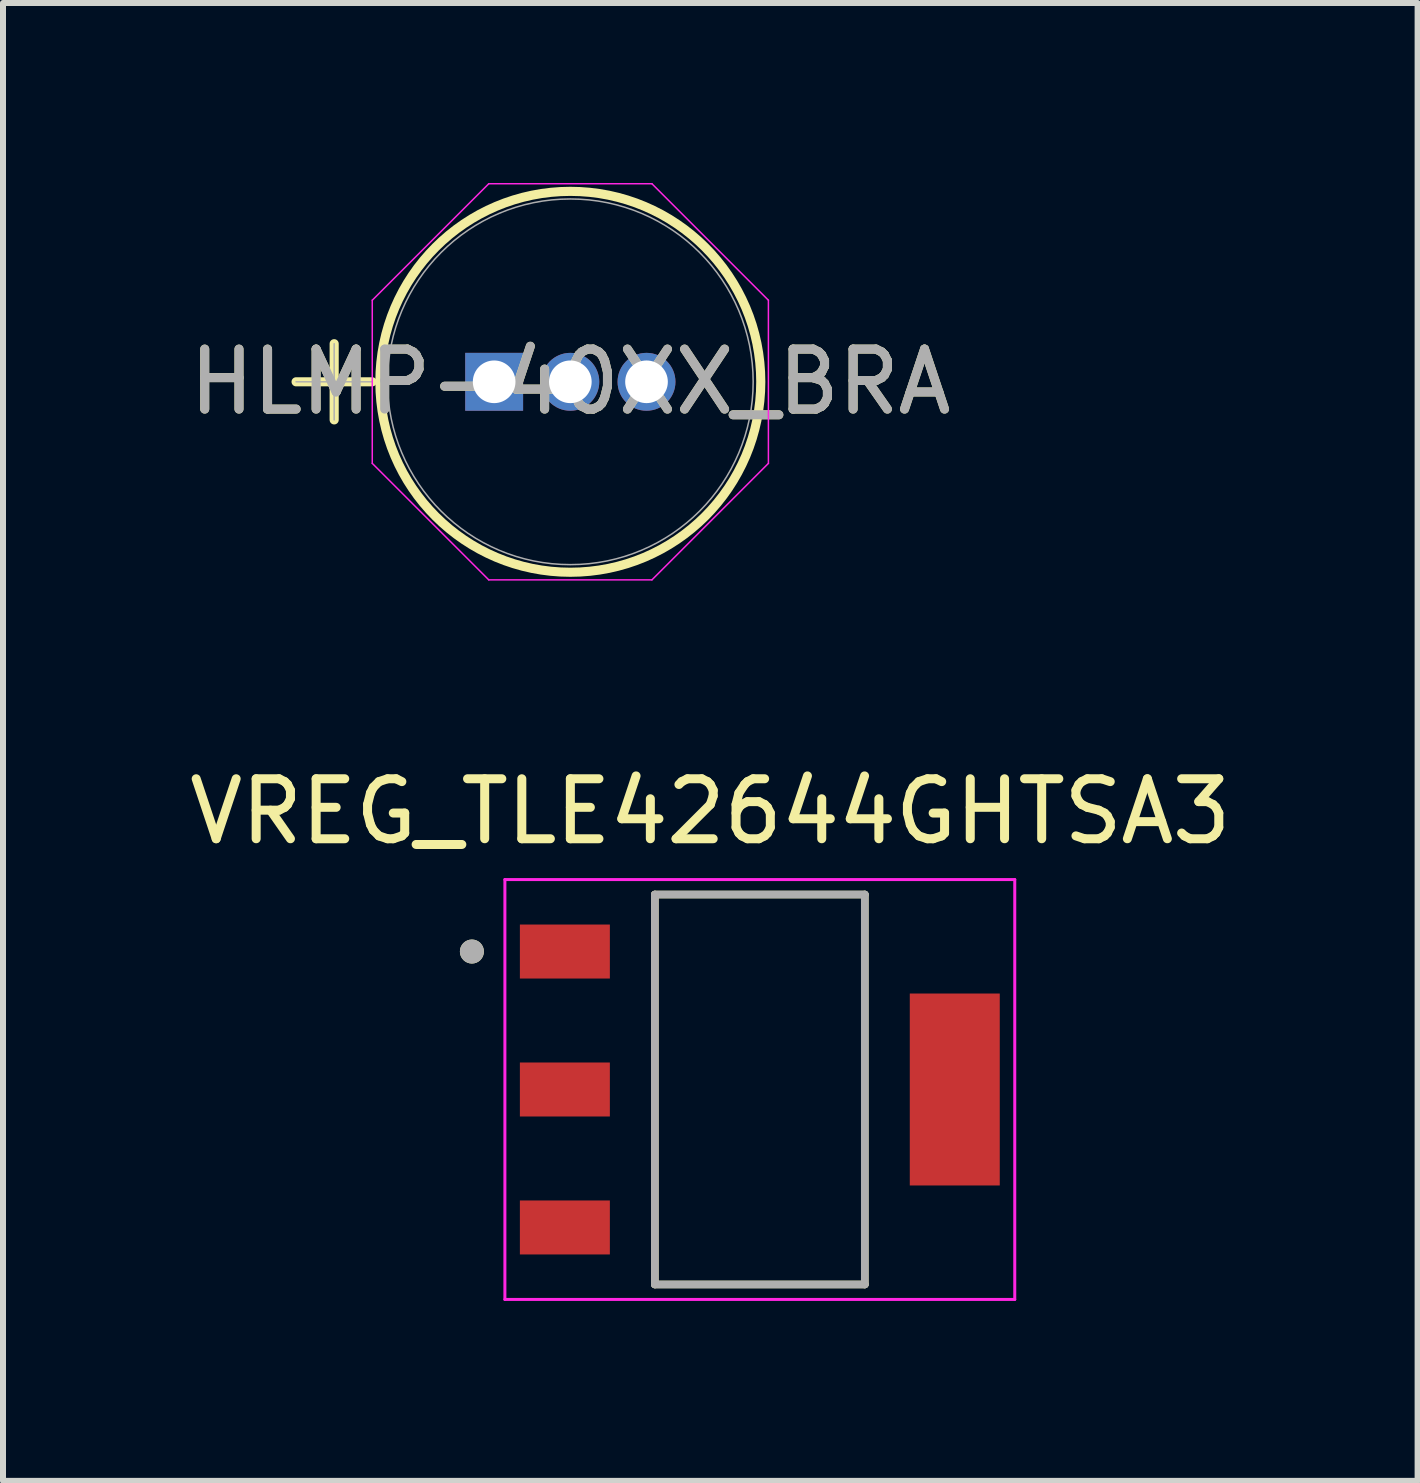
<source format=kicad_pcb>
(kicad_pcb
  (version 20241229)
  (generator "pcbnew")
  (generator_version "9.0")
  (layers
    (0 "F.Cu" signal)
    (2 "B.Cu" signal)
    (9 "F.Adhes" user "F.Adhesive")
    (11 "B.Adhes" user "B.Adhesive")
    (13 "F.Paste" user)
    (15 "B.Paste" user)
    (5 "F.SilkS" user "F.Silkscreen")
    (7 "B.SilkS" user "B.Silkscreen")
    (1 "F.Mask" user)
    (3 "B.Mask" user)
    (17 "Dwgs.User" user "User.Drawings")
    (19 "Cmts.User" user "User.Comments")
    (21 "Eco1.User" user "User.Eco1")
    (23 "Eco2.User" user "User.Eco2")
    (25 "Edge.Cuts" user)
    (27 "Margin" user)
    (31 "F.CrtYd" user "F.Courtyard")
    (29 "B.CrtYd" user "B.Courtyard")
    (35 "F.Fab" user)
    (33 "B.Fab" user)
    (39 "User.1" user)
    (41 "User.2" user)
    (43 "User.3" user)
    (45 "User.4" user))
  (footprint "HLMP-40XX_BRA"
    (layer "F.Cu")
    (at 5.188 3.315)
    (property "Reference" "HLMP-40XX_BRA" (at 1.27 0 0) (unlocked yes) (layer "F.SilkS") (effects (font (size 1 1) (thickness 0.15))))
    (attr through_hole)
    (fp_line (start -3.302 0) (end -2.032 0) (stroke (width 0.152) (type solid)) (layer "F.SilkS"))
    (fp_line (start -2.667 -0.635) (end -2.667 0.635) (stroke (width 0.152) (type solid)) (layer "F.SilkS"))
    (fp_circle (center 1.27 0) (end 4.445 0) (stroke (width 0.152) (type solid)) (fill no) (layer "F.SilkS"))
    (fp_line (start -2.032 -1.36) (end -0.09 -3.302) (stroke (width 0.025) (type solid)) (layer "F.CrtYd"))
    (fp_line (start -2.032 1.36) (end -2.032 -1.36) (stroke (width 0.025) (type solid)) (layer "F.CrtYd"))
    (fp_line (start -0.09 -3.302) (end 2.63 -3.302) (stroke (width 0.025) (type solid)) (layer "F.CrtYd"))
    (fp_line (start -0.09 3.302) (end -2.032 1.36) (stroke (width 0.025) (type solid)) (layer "F.CrtYd"))
    (fp_line (start 2.63 -3.302) (end 4.572 -1.36) (stroke (width 0.025) (type solid)) (layer "F.CrtYd"))
    (fp_line (start 2.63 3.302) (end -0.09 3.302) (stroke (width 0.025) (type solid)) (layer "F.CrtYd"))
    (fp_line (start 4.572 -1.36) (end 4.572 1.36) (stroke (width 0.025) (type solid)) (layer "F.CrtYd"))
    (fp_line (start 4.572 1.36) (end 2.63 3.302) (stroke (width 0.025) (type solid)) (layer "F.CrtYd"))
    (fp_line (start -3.302 0) (end -2.032 0) (stroke (width 0.025) (type solid)) (layer "F.Fab"))
    (fp_line (start -2.667 -0.635) (end -2.667 0.635) (stroke (width 0.025) (type solid)) (layer "F.Fab"))
    (fp_circle (center 1.27 0) (end 4.318 0) (stroke (width 0.025) (type solid)) (fill no) (layer "F.Fab"))
    (fp_text user "${REFERENCE}" (at 1.27 0 0) (unlocked yes) (layer "F.Fab") (effects (font (size 1 1) (thickness 0.15))))
    (pad "1" thru_hole rect (at 0 0) (size 0.965 0.965) (drill 0.711) (layers "*.Cu" "*.Mask"))
    (pad "2" thru_hole circle (at 1.27 0) (size 0.965 0.965) (drill 0.711) (layers "*.Cu" "*.Mask"))
    (pad "3" thru_hole circle (at 2.54 0) (size 0.965 0.965) (drill 0.711) (layers "*.Cu" "*.Mask")))
  (footprint "VREG_TLE42644GHTSA3"
    (layer "F.Cu")
    (at 9.617 15.113)
    (property "Reference" "VREG_TLE42644GHTSA3" (at -0.825 -4.635 0) (layer "F.SilkS") (effects (font (size 1 1) (thickness 0.15))))
    (attr smd)
    (fp_line (start -1.75 -3.25) (end 1.75 -3.25) (stroke (width 0.127) (type solid)) (layer "F.SilkS"))
    (fp_line (start -1.75 3.25) (end -1.75 -3.25) (stroke (width 0.127) (type solid)) (layer "F.SilkS"))
    (fp_line (start -1.75 3.25) (end 1.75 3.25) (stroke (width 0.127) (type solid)) (layer "F.SilkS"))
    (fp_line (start 1.75 3.25) (end 1.75 -3.25) (stroke (width 0.127) (type solid)) (layer "F.SilkS"))
    (fp_circle (center -4.8 -2.3) (end -4.7 -2.3) (stroke (width 0.2) (type solid)) (fill no) (layer "F.SilkS"))
    (fp_line (start -4.25 -3.5) (end 4.25 -3.5) (stroke (width 0.05) (type solid)) (layer "F.CrtYd"))
    (fp_line (start -4.25 3.5) (end -4.25 -3.5) (stroke (width 0.05) (type solid)) (layer "F.CrtYd"))
    (fp_line (start -4.25 3.5) (end 4.25 3.5) (stroke (width 0.05) (type solid)) (layer "F.CrtYd"))
    (fp_line (start 4.25 3.5) (end 4.25 -3.5) (stroke (width 0.05) (type solid)) (layer "F.CrtYd"))
    (fp_line (start -1.75 -3.25) (end 1.75 -3.25) (stroke (width 0.127) (type solid)) (layer "F.Fab"))
    (fp_line (start -1.75 3.25) (end -1.75 -3.25) (stroke (width 0.127) (type solid)) (layer "F.Fab"))
    (fp_line (start -1.75 3.25) (end 1.75 3.25) (stroke (width 0.127) (type solid)) (layer "F.Fab"))
    (fp_line (start 1.75 3.25) (end 1.75 -3.25) (stroke (width 0.127) (type solid)) (layer "F.Fab"))
    (fp_circle (center -4.8 -2.3) (end -4.7 -2.3) (stroke (width 0.2) (type solid)) (fill no) (layer "F.Fab"))
    (pad "1" smd rect (at -3.25 -2.3) (size 1.5 0.9) (layers "F.Cu" "F.Mask" "F.Paste"))
    (pad "2" smd rect (at -3.25 0) (size 1.5 0.9) (layers "F.Cu" "F.Mask" "F.Paste"))
    (pad "3" smd rect (at -3.25 2.3) (size 1.5 0.9) (layers "F.Cu" "F.Mask" "F.Paste"))
    (pad "4" smd rect (at 3.25 0) (size 1.5 3.2) (layers "F.Cu" "F.Mask" "F.Paste")))
  (gr_rect
    (start -3 -3)
    (end 20.583 21.638)
    (stroke (width 0.1) (type default))
    (fill no)
    (layer "Edge.Cuts")))
</source>
